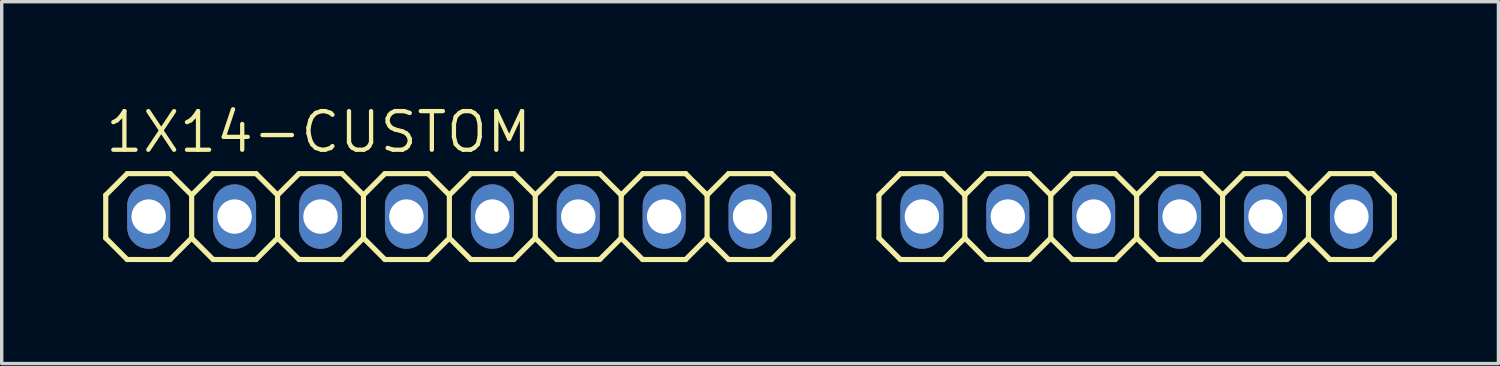
<source format=kicad_pcb>
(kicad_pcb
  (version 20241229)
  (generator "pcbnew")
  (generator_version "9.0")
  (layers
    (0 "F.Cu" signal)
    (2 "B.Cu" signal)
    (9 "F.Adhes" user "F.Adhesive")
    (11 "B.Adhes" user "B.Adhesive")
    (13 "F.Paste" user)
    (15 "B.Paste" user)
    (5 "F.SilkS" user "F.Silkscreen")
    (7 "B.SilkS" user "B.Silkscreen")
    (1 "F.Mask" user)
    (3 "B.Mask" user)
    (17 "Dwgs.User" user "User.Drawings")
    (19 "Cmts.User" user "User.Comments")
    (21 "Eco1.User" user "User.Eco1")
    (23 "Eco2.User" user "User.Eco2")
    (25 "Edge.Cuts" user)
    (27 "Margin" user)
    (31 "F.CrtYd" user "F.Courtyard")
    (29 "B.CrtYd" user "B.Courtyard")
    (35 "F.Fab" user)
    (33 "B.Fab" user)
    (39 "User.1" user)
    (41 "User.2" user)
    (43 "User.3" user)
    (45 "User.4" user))
  (footprint "1X14-CUSTOM"
    (layer "F.Cu")
    (at 19.126 3.353)
    (property "Reference" "1X14-CUSTOM" (at -19.126 -1.829 0) (layer "F.SilkS") (effects (font (size 1.143 1.143) (thickness 0.127)) (justify left bottom)))
    (fp_line (start -19.05 -0.635) (end -19.05 0.635) (stroke (width 0.152) (type solid)) (layer "F.SilkS"))
    (fp_line (start -19.05 0.635) (end -18.415 1.27) (stroke (width 0.152) (type solid)) (layer "F.SilkS"))
    (fp_line (start -18.415 -1.27) (end -19.05 -0.635) (stroke (width 0.152) (type solid)) (layer "F.SilkS"))
    (fp_line (start -18.415 -1.27) (end -17.145 -1.27) (stroke (width 0.152) (type solid)) (layer "F.SilkS"))
    (fp_line (start -17.145 -1.27) (end -16.51 -0.635) (stroke (width 0.152) (type solid)) (layer "F.SilkS"))
    (fp_line (start -17.145 1.27) (end -18.415 1.27) (stroke (width 0.152) (type solid)) (layer "F.SilkS"))
    (fp_line (start -16.51 -0.635) (end -16.51 0.635) (stroke (width 0.152) (type solid)) (layer "F.SilkS"))
    (fp_line (start -16.51 -0.635) (end -15.875 -1.27) (stroke (width 0.152) (type solid)) (layer "F.SilkS"))
    (fp_line (start -16.51 0.635) (end -17.145 1.27) (stroke (width 0.152) (type solid)) (layer "F.SilkS"))
    (fp_line (start -15.875 -1.27) (end -14.605 -1.27) (stroke (width 0.152) (type solid)) (layer "F.SilkS"))
    (fp_line (start -15.875 1.27) (end -16.51 0.635) (stroke (width 0.152) (type solid)) (layer "F.SilkS"))
    (fp_line (start -14.605 -1.27) (end -13.97 -0.635) (stroke (width 0.152) (type solid)) (layer "F.SilkS"))
    (fp_line (start -14.605 1.27) (end -15.875 1.27) (stroke (width 0.152) (type solid)) (layer "F.SilkS"))
    (fp_line (start -13.97 -0.635) (end -13.97 0.635) (stroke (width 0.152) (type solid)) (layer "F.SilkS"))
    (fp_line (start -13.97 -0.635) (end -13.335 -1.27) (stroke (width 0.152) (type solid)) (layer "F.SilkS"))
    (fp_line (start -13.97 0.635) (end -14.605 1.27) (stroke (width 0.152) (type solid)) (layer "F.SilkS"))
    (fp_line (start -13.335 -1.27) (end -12.065 -1.27) (stroke (width 0.152) (type solid)) (layer "F.SilkS"))
    (fp_line (start -13.335 1.27) (end -13.97 0.635) (stroke (width 0.152) (type solid)) (layer "F.SilkS"))
    (fp_line (start -12.065 -1.27) (end -11.43 -0.635) (stroke (width 0.152) (type solid)) (layer "F.SilkS"))
    (fp_line (start -12.065 1.27) (end -13.335 1.27) (stroke (width 0.152) (type solid)) (layer "F.SilkS"))
    (fp_line (start -11.43 -0.635) (end -11.43 0.635) (stroke (width 0.152) (type solid)) (layer "F.SilkS"))
    (fp_line (start -11.43 0.635) (end -12.065 1.27) (stroke (width 0.152) (type solid)) (layer "F.SilkS"))
    (fp_line (start -11.43 0.635) (end -10.795 1.27) (stroke (width 0.152) (type solid)) (layer "F.SilkS"))
    (fp_line (start -10.795 -1.27) (end -11.43 -0.635) (stroke (width 0.152) (type solid)) (layer "F.SilkS"))
    (fp_line (start -10.795 -1.27) (end -9.525 -1.27) (stroke (width 0.152) (type solid)) (layer "F.SilkS"))
    (fp_line (start -9.525 -1.27) (end -8.89 -0.635) (stroke (width 0.152) (type solid)) (layer "F.SilkS"))
    (fp_line (start -9.525 1.27) (end -10.795 1.27) (stroke (width 0.152) (type solid)) (layer "F.SilkS"))
    (fp_line (start -8.89 -0.635) (end -8.89 0.635) (stroke (width 0.152) (type solid)) (layer "F.SilkS"))
    (fp_line (start -8.89 -0.635) (end -8.255 -1.27) (stroke (width 0.152) (type solid)) (layer "F.SilkS"))
    (fp_line (start -8.89 0.635) (end -9.525 1.27) (stroke (width 0.152) (type solid)) (layer "F.SilkS"))
    (fp_line (start -8.255 -1.27) (end -6.985 -1.27) (stroke (width 0.152) (type solid)) (layer "F.SilkS"))
    (fp_line (start -8.255 1.27) (end -8.89 0.635) (stroke (width 0.152) (type solid)) (layer "F.SilkS"))
    (fp_line (start -6.985 -1.27) (end -6.35 -0.635) (stroke (width 0.152) (type solid)) (layer "F.SilkS"))
    (fp_line (start -6.985 1.27) (end -8.255 1.27) (stroke (width 0.152) (type solid)) (layer "F.SilkS"))
    (fp_line (start -6.35 -0.635) (end -6.35 0.635) (stroke (width 0.152) (type solid)) (layer "F.SilkS"))
    (fp_line (start -6.35 -0.635) (end -5.715 -1.27) (stroke (width 0.152) (type solid)) (layer "F.SilkS"))
    (fp_line (start -6.35 0.635) (end -6.985 1.27) (stroke (width 0.152) (type solid)) (layer "F.SilkS"))
    (fp_line (start -5.715 -1.27) (end -4.445 -1.27) (stroke (width 0.152) (type solid)) (layer "F.SilkS"))
    (fp_line (start -5.715 1.27) (end -6.35 0.635) (stroke (width 0.152) (type solid)) (layer "F.SilkS"))
    (fp_line (start -4.445 -1.27) (end -3.81 -0.635) (stroke (width 0.152) (type solid)) (layer "F.SilkS"))
    (fp_line (start -4.445 1.27) (end -5.715 1.27) (stroke (width 0.152) (type solid)) (layer "F.SilkS"))
    (fp_line (start -3.81 -0.635) (end -3.81 0.635) (stroke (width 0.152) (type solid)) (layer "F.SilkS"))
    (fp_line (start -3.81 0.635) (end -4.445 1.27) (stroke (width 0.152) (type solid)) (layer "F.SilkS"))
    (fp_line (start -3.81 0.635) (end -3.175 1.27) (stroke (width 0.152) (type solid)) (layer "F.SilkS"))
    (fp_line (start -3.175 -1.27) (end -3.81 -0.635) (stroke (width 0.152) (type solid)) (layer "F.SilkS"))
    (fp_line (start -3.175 -1.27) (end -1.905 -1.27) (stroke (width 0.152) (type solid)) (layer "F.SilkS"))
    (fp_line (start -1.905 -1.27) (end -1.27 -0.635) (stroke (width 0.152) (type solid)) (layer "F.SilkS"))
    (fp_line (start -1.905 1.27) (end -3.175 1.27) (stroke (width 0.152) (type solid)) (layer "F.SilkS"))
    (fp_line (start -1.27 -0.635) (end -1.27 0.635) (stroke (width 0.152) (type solid)) (layer "F.SilkS"))
    (fp_line (start -1.27 -0.635) (end -0.635 -1.27) (stroke (width 0.152) (type solid)) (layer "F.SilkS"))
    (fp_line (start -1.27 0.635) (end -1.905 1.27) (stroke (width 0.152) (type solid)) (layer "F.SilkS"))
    (fp_line (start -0.635 -1.27) (end 0.635 -1.27) (stroke (width 0.152) (type solid)) (layer "F.SilkS"))
    (fp_line (start -0.635 1.27) (end -1.27 0.635) (stroke (width 0.152) (type solid)) (layer "F.SilkS"))
    (fp_line (start 0.635 -1.27) (end 1.27 -0.635) (stroke (width 0.152) (type solid)) (layer "F.SilkS"))
    (fp_line (start 0.635 1.27) (end -0.635 1.27) (stroke (width 0.152) (type solid)) (layer "F.SilkS"))
    (fp_line (start 1.27 -0.635) (end 1.27 0.635) (stroke (width 0.152) (type solid)) (layer "F.SilkS"))
    (fp_line (start 1.27 0.635) (end 0.635 1.27) (stroke (width 0.152) (type solid)) (layer "F.SilkS"))
    (fp_line (start 3.81 -0.635) (end 3.81 0.635) (stroke (width 0.152) (type solid)) (layer "F.SilkS"))
    (fp_line (start 3.81 -0.635) (end 4.445 -1.27) (stroke (width 0.152) (type solid)) (layer "F.SilkS"))
    (fp_line (start 4.445 -1.27) (end 5.715 -1.27) (stroke (width 0.152) (type solid)) (layer "F.SilkS"))
    (fp_line (start 4.445 1.27) (end 3.81 0.635) (stroke (width 0.152) (type solid)) (layer "F.SilkS"))
    (fp_line (start 5.715 -1.27) (end 6.35 -0.635) (stroke (width 0.152) (type solid)) (layer "F.SilkS"))
    (fp_line (start 5.715 1.27) (end 4.445 1.27) (stroke (width 0.152) (type solid)) (layer "F.SilkS"))
    (fp_line (start 6.35 -0.635) (end 6.35 0.635) (stroke (width 0.152) (type solid)) (layer "F.SilkS"))
    (fp_line (start 6.35 0.635) (end 5.715 1.27) (stroke (width 0.152) (type solid)) (layer "F.SilkS"))
    (fp_line (start 6.35 0.635) (end 6.985 1.27) (stroke (width 0.152) (type solid)) (layer "F.SilkS"))
    (fp_line (start 6.985 -1.27) (end 6.35 -0.635) (stroke (width 0.152) (type solid)) (layer "F.SilkS"))
    (fp_line (start 6.985 -1.27) (end 8.255 -1.27) (stroke (width 0.152) (type solid)) (layer "F.SilkS"))
    (fp_line (start 8.255 -1.27) (end 8.89 -0.635) (stroke (width 0.152) (type solid)) (layer "F.SilkS"))
    (fp_line (start 8.255 1.27) (end 6.985 1.27) (stroke (width 0.152) (type solid)) (layer "F.SilkS"))
    (fp_line (start 8.89 -0.635) (end 8.89 0.635) (stroke (width 0.152) (type solid)) (layer "F.SilkS"))
    (fp_line (start 8.89 -0.635) (end 9.525 -1.27) (stroke (width 0.152) (type solid)) (layer "F.SilkS"))
    (fp_line (start 8.89 0.635) (end 8.255 1.27) (stroke (width 0.152) (type solid)) (layer "F.SilkS"))
    (fp_line (start 9.525 -1.27) (end 10.795 -1.27) (stroke (width 0.152) (type solid)) (layer "F.SilkS"))
    (fp_line (start 9.525 1.27) (end 8.89 0.635) (stroke (width 0.152) (type solid)) (layer "F.SilkS"))
    (fp_line (start 10.795 -1.27) (end 11.43 -0.635) (stroke (width 0.152) (type solid)) (layer "F.SilkS"))
    (fp_line (start 10.795 1.27) (end 9.525 1.27) (stroke (width 0.152) (type solid)) (layer "F.SilkS"))
    (fp_line (start 11.43 -0.635) (end 11.43 0.635) (stroke (width 0.152) (type solid)) (layer "F.SilkS"))
    (fp_line (start 11.43 -0.635) (end 12.065 -1.27) (stroke (width 0.152) (type solid)) (layer "F.SilkS"))
    (fp_line (start 11.43 0.635) (end 10.795 1.27) (stroke (width 0.152) (type solid)) (layer "F.SilkS"))
    (fp_line (start 12.065 -1.27) (end 13.335 -1.27) (stroke (width 0.152) (type solid)) (layer "F.SilkS"))
    (fp_line (start 12.065 1.27) (end 11.43 0.635) (stroke (width 0.152) (type solid)) (layer "F.SilkS"))
    (fp_line (start 13.335 -1.27) (end 13.97 -0.635) (stroke (width 0.152) (type solid)) (layer "F.SilkS"))
    (fp_line (start 13.335 1.27) (end 12.065 1.27) (stroke (width 0.152) (type solid)) (layer "F.SilkS"))
    (fp_line (start 13.97 -0.635) (end 13.97 0.635) (stroke (width 0.152) (type solid)) (layer "F.SilkS"))
    (fp_line (start 13.97 0.635) (end 13.335 1.27) (stroke (width 0.152) (type solid)) (layer "F.SilkS"))
    (fp_line (start 13.97 0.635) (end 14.605 1.27) (stroke (width 0.152) (type solid)) (layer "F.SilkS"))
    (fp_line (start 14.605 -1.27) (end 13.97 -0.635) (stroke (width 0.152) (type solid)) (layer "F.SilkS"))
    (fp_line (start 14.605 -1.27) (end 15.875 -1.27) (stroke (width 0.152) (type solid)) (layer "F.SilkS"))
    (fp_line (start 15.875 -1.27) (end 16.51 -0.635) (stroke (width 0.152) (type solid)) (layer "F.SilkS"))
    (fp_line (start 15.875 1.27) (end 14.605 1.27) (stroke (width 0.152) (type solid)) (layer "F.SilkS"))
    (fp_line (start 16.51 -0.635) (end 16.51 0.635) (stroke (width 0.152) (type solid)) (layer "F.SilkS"))
    (fp_line (start 16.51 -0.635) (end 17.145 -1.27) (stroke (width 0.152) (type solid)) (layer "F.SilkS"))
    (fp_line (start 16.51 0.635) (end 15.875 1.27) (stroke (width 0.152) (type solid)) (layer "F.SilkS"))
    (fp_line (start 17.145 -1.27) (end 18.415 -1.27) (stroke (width 0.152) (type solid)) (layer "F.SilkS"))
    (fp_line (start 17.145 1.27) (end 16.51 0.635) (stroke (width 0.152) (type solid)) (layer "F.SilkS"))
    (fp_line (start 18.415 -1.27) (end 19.05 -0.635) (stroke (width 0.152) (type solid)) (layer "F.SilkS"))
    (fp_line (start 18.415 1.27) (end 17.145 1.27) (stroke (width 0.152) (type solid)) (layer "F.SilkS"))
    (fp_line (start 19.05 -0.635) (end 19.05 0.635) (stroke (width 0.152) (type solid)) (layer "F.SilkS"))
    (fp_line (start 19.05 0.635) (end 18.415 1.27) (stroke (width 0.152) (type solid)) (layer "F.SilkS"))
    (fp_poly (pts (xy -18.034 0.254) (xy -17.526 0.254) (xy -17.526 -0.254) (xy -18.034 -0.254)) (stroke (width 0.1) (type default)) (fill no) (layer "F.Fab"))
    (fp_poly (pts (xy -15.494 0.254) (xy -14.986 0.254) (xy -14.986 -0.254) (xy -15.494 -0.254)) (stroke (width 0.1) (type default)) (fill no) (layer "F.Fab"))
    (fp_poly (pts (xy -12.954 0.254) (xy -12.446 0.254) (xy -12.446 -0.254) (xy -12.954 -0.254)) (stroke (width 0.1) (type default)) (fill no) (layer "F.Fab"))
    (fp_poly (pts (xy -10.414 0.254) (xy -9.906 0.254) (xy -9.906 -0.254) (xy -10.414 -0.254)) (stroke (width 0.1) (type default)) (fill no) (layer "F.Fab"))
    (fp_poly (pts (xy -7.874 0.254) (xy -7.366 0.254) (xy -7.366 -0.254) (xy -7.874 -0.254)) (stroke (width 0.1) (type default)) (fill no) (layer "F.Fab"))
    (fp_poly (pts (xy -5.334 0.254) (xy -4.826 0.254) (xy -4.826 -0.254) (xy -5.334 -0.254)) (stroke (width 0.1) (type default)) (fill no) (layer "F.Fab"))
    (fp_poly (pts (xy -2.794 0.254) (xy -2.286 0.254) (xy -2.286 -0.254) (xy -2.794 -0.254)) (stroke (width 0.1) (type default)) (fill no) (layer "F.Fab"))
    (fp_poly (pts (xy -0.254 0.254) (xy 0.254 0.254) (xy 0.254 -0.254) (xy -0.254 -0.254)) (stroke (width 0.1) (type default)) (fill no) (layer "F.Fab"))
    (fp_poly (pts (xy 4.826 0.254) (xy 5.334 0.254) (xy 5.334 -0.254) (xy 4.826 -0.254)) (stroke (width 0.1) (type default)) (fill no) (layer "F.Fab"))
    (fp_poly (pts (xy 7.366 0.254) (xy 7.874 0.254) (xy 7.874 -0.254) (xy 7.366 -0.254)) (stroke (width 0.1) (type default)) (fill no) (layer "F.Fab"))
    (fp_poly (pts (xy 9.906 0.254) (xy 10.414 0.254) (xy 10.414 -0.254) (xy 9.906 -0.254)) (stroke (width 0.1) (type default)) (fill no) (layer "F.Fab"))
    (fp_poly (pts (xy 12.446 0.254) (xy 12.954 0.254) (xy 12.954 -0.254) (xy 12.446 -0.254)) (stroke (width 0.1) (type default)) (fill no) (layer "F.Fab"))
    (fp_poly (pts (xy 14.986 0.254) (xy 15.494 0.254) (xy 15.494 -0.254) (xy 14.986 -0.254)) (stroke (width 0.1) (type default)) (fill no) (layer "F.Fab"))
    (fp_poly (pts (xy 17.526 0.254) (xy 18.034 0.254) (xy 18.034 -0.254) (xy 17.526 -0.254)) (stroke (width 0.1) (type default)) (fill no) (layer "F.Fab"))
    (pad "1" thru_hole oval (at -17.78 0 90) (size 1.905 1.27) (drill 1.016) (layers "*.Cu" "*.Mask"))
    (pad "2" thru_hole oval (at -15.24 0 90) (size 1.905 1.27) (drill 1.016) (layers "*.Cu" "*.Mask"))
    (pad "3" thru_hole oval (at -12.7 0 90) (size 1.905 1.27) (drill 1.016) (layers "*.Cu" "*.Mask"))
    (pad "4" thru_hole oval (at -10.16 0 90) (size 1.905 1.27) (drill 1.016) (layers "*.Cu" "*.Mask"))
    (pad "5" thru_hole oval (at -7.62 0 90) (size 1.905 1.27) (drill 1.016) (layers "*.Cu" "*.Mask"))
    (pad "6" thru_hole oval (at -5.08 0 90) (size 1.905 1.27) (drill 1.016) (layers "*.Cu" "*.Mask"))
    (pad "7" thru_hole oval (at -2.54 0 90) (size 1.905 1.27) (drill 1.016) (layers "*.Cu" "*.Mask"))
    (pad "8" thru_hole oval (at 0 0 90) (size 1.905 1.27) (drill 1.016) (layers "*.Cu" "*.Mask"))
    (pad "9" thru_hole oval (at 5.08 0 90) (size 1.905 1.27) (drill 1.016) (layers "*.Cu" "*.Mask"))
    (pad "10" thru_hole oval (at 7.62 0 90) (size 1.905 1.27) (drill 1.016) (layers "*.Cu" "*.Mask"))
    (pad "11" thru_hole oval (at 10.16 0 90) (size 1.905 1.27) (drill 1.016) (layers "*.Cu" "*.Mask"))
    (pad "12" thru_hole oval (at 12.7 0 90) (size 1.905 1.27) (drill 1.016) (layers "*.Cu" "*.Mask"))
    (pad "13" thru_hole oval (at 15.24 0 90) (size 1.905 1.27) (drill 1.016) (layers "*.Cu" "*.Mask"))
    (pad "14" thru_hole oval (at 17.78 0 90) (size 1.905 1.27) (drill 1.016) (layers "*.Cu" "*.Mask")))
  (gr_rect
    (start -3 -3)
    (end 41.252 7.699)
    (stroke (width 0.1) (type default))
    (fill no)
    (layer "Edge.Cuts")))
</source>
